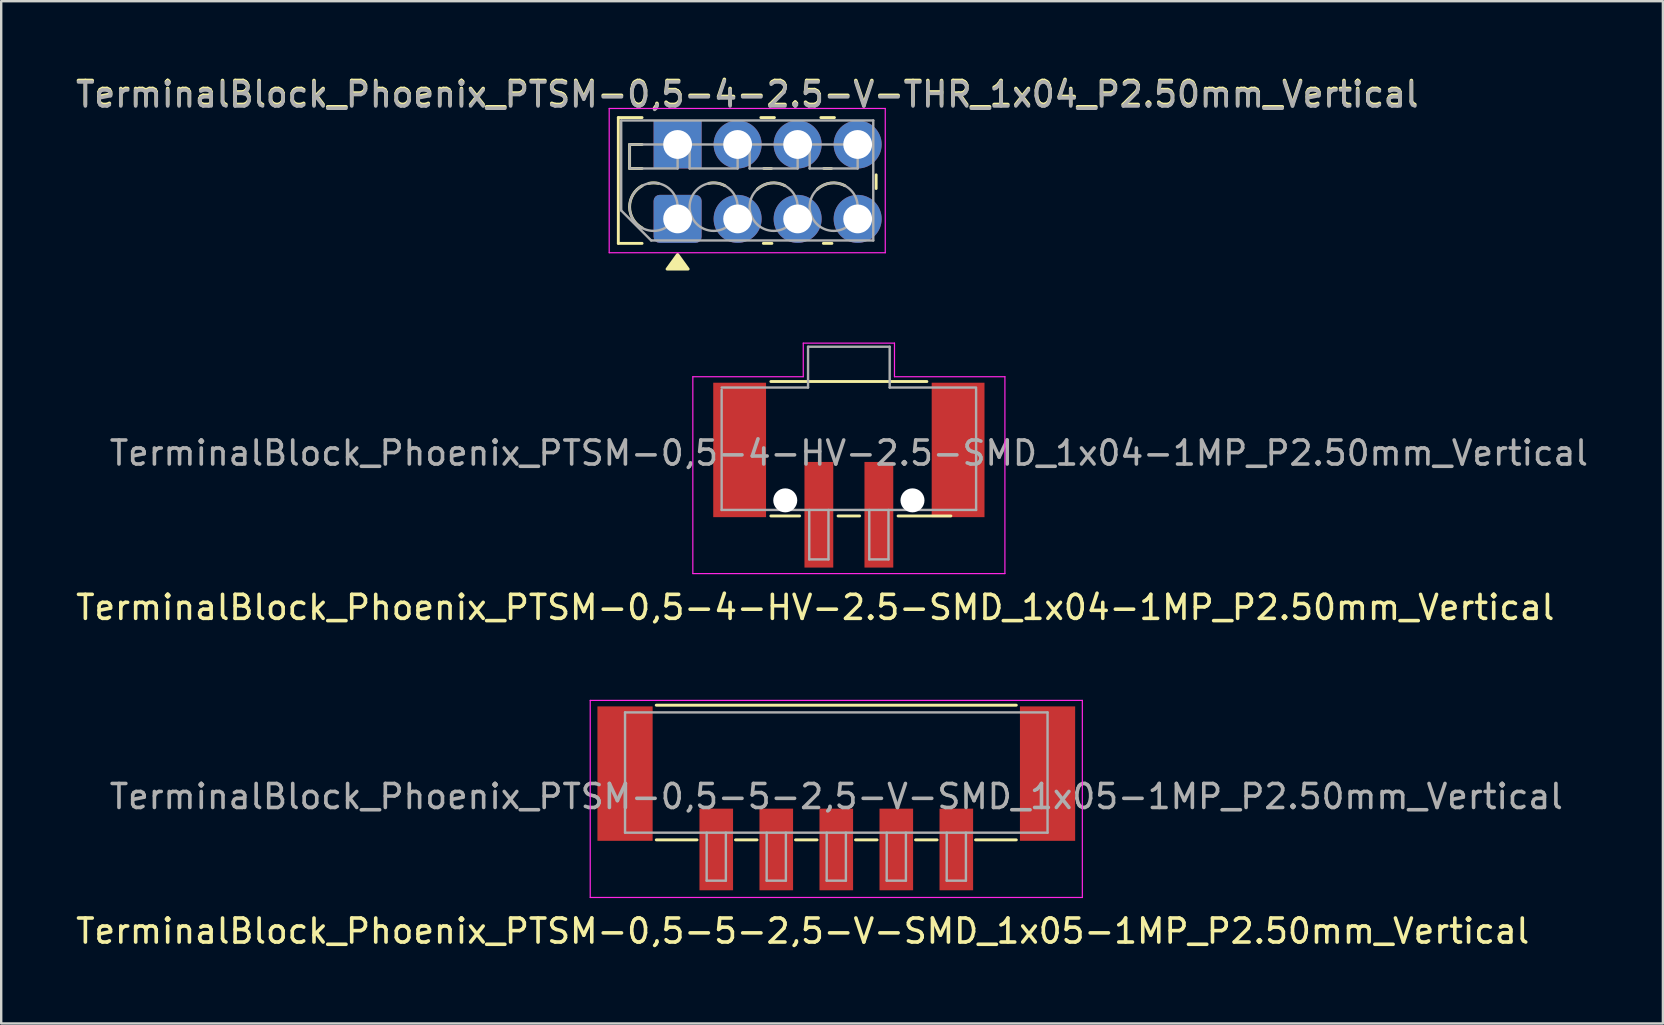
<source format=kicad_pcb>
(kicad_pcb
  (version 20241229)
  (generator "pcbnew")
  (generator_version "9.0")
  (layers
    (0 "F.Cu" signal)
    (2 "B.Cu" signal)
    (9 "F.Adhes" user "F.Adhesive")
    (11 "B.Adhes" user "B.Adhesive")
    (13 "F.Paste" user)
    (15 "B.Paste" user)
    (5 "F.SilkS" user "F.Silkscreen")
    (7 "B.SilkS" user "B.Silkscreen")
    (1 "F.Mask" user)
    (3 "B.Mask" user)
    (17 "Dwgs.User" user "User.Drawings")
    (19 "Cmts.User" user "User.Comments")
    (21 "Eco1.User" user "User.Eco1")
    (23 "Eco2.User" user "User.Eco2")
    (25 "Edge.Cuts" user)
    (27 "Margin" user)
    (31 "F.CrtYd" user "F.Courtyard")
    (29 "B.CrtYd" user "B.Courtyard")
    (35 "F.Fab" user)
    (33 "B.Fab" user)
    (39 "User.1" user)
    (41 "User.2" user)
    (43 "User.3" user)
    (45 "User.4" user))
  (footprint "TerminalBlock_Phoenix_PTSM-0,5-4-2.5-V-THR_1x04_P2.50mm_Vertical"
    (layer "F.Cu")
    (at 25.177 6.068)
    (property "Reference" "TerminalBlock_Phoenix_PTSM-0,5-4-2.5-V-THR_1x04_P2.50mm_Vertical" (at 2.9 -5.22 0) (layer "F.SilkS") (effects (font (size 1 1) (thickness 0.15))))
    (attr through_hole)
    (fp_line (start -2.47 -4.22) (end -1.48 -4.22) (stroke (width 0.12) (type solid)) (layer "F.SilkS"))
    (fp_line (start -2.47 1.02) (end -2.47 -4.22) (stroke (width 0.12) (type solid)) (layer "F.SilkS"))
    (fp_line (start -2 -3.1) (end -1.48 -3.1) (stroke (width 0.12) (type solid)) (layer "F.SilkS"))
    (fp_line (start -2 -2.1) (end -2 -3.1) (stroke (width 0.12) (type solid)) (layer "F.SilkS"))
    (fp_line (start -1.48 -2.1) (end -2 -2.1) (stroke (width 0.12) (type solid)) (layer "F.SilkS"))
    (fp_line (start -1.48 1.02) (end -2.47 1.02) (stroke (width 0.12) (type solid)) (layer "F.SilkS"))
    (fp_line (start 3.467 -4.22) (end 4.033 -4.22) (stroke (width 0.12) (type solid)) (layer "F.SilkS"))
    (fp_line (start 3.909 -2.1) (end 3.591 -2.1) (stroke (width 0.12) (type solid)) (layer "F.SilkS"))
    (fp_line (start 3.928 1.02) (end 3.572 1.02) (stroke (width 0.12) (type solid)) (layer "F.SilkS"))
    (fp_line (start 5.967 -4.22) (end 6.533 -4.22) (stroke (width 0.12) (type solid)) (layer "F.SilkS"))
    (fp_line (start 6.409 -2.1) (end 6.091 -2.1) (stroke (width 0.12) (type solid)) (layer "F.SilkS"))
    (fp_line (start 6.428 1.02) (end 6.072 1.02) (stroke (width 0.12) (type solid)) (layer "F.SilkS"))
    (fp_line (start 8.27 -1.836) (end 8.27 -1.264) (stroke (width 0.12) (type solid)) (layer "F.SilkS"))
    (fp_arc (start -1.48 0.377) (mid -2 -0.5) (end -1.48 -1.377) (stroke (width 0.12) (type solid)) (layer "F.SilkS"))
    (fp_arc (start -1.199 -1.48) (mid -1 -1.5) (end -0.801 -1.48) (stroke (width 0.12) (type solid)) (layer "F.SilkS"))
    (fp_arc (start 1.301 -1.48) (mid 1.644617 -1.48991) (end 1.971 -1.382) (stroke (width 0.12) (type solid)) (layer "F.SilkS"))
    (fp_arc (start 3.319 -1.233) (mid 3.871134 -1.492017) (end 4.471 -1.382) (stroke (width 0.12) (type solid)) (layer "F.SilkS"))
    (fp_arc (start 5.819 -1.233) (mid 6.371134 -1.492017) (end 6.971 -1.382) (stroke (width 0.12) (type solid)) (layer "F.SilkS"))
    (fp_poly (pts (xy 0 1.48) (xy 0.44 2.09) (xy -0.44 2.09)) (stroke (width 0.12) (type solid)) (fill yes) (layer "F.SilkS"))
    (fp_line (start -2.85 -4.6) (end -2.85 1.41) (stroke (width 0.05) (type solid)) (layer "F.CrtYd"))
    (fp_line (start -2.85 1.41) (end 8.65 1.41) (stroke (width 0.05) (type solid)) (layer "F.CrtYd"))
    (fp_line (start 8.65 -4.6) (end -2.85 -4.6) (stroke (width 0.05) (type solid)) (layer "F.CrtYd"))
    (fp_line (start 8.65 1.41) (end 8.65 -4.6) (stroke (width 0.05) (type solid)) (layer "F.CrtYd"))
    (fp_line (start -2.35 -4.1) (end 8.15 -4.1) (stroke (width 0.1) (type solid)) (layer "F.Fab"))
    (fp_line (start -2.35 -0.35) (end -2.35 -4.1) (stroke (width 0.1) (type solid)) (layer "F.Fab"))
    (fp_line (start -2 -3.1) (end -2 -2.1) (stroke (width 0.1) (type solid)) (layer "F.Fab"))
    (fp_line (start -2 -2.1) (end 0 -2.1) (stroke (width 0.1) (type solid)) (layer "F.Fab"))
    (fp_line (start -1.1 0.9) (end -2.35 -0.35) (stroke (width 0.1) (type solid)) (layer "F.Fab"))
    (fp_line (start 0 -3.1) (end -2 -3.1) (stroke (width 0.1) (type solid)) (layer "F.Fab"))
    (fp_line (start 0 -2.1) (end 0 -3.1) (stroke (width 0.1) (type solid)) (layer "F.Fab"))
    (fp_line (start 0.5 -3.1) (end 0.5 -2.1) (stroke (width 0.1) (type solid)) (layer "F.Fab"))
    (fp_line (start 0.5 -2.1) (end 2.5 -2.1) (stroke (width 0.1) (type solid)) (layer "F.Fab"))
    (fp_line (start 2.5 -3.1) (end 0.5 -3.1) (stroke (width 0.1) (type solid)) (layer "F.Fab"))
    (fp_line (start 2.5 -2.1) (end 2.5 -3.1) (stroke (width 0.1) (type solid)) (layer "F.Fab"))
    (fp_line (start 3 -3.1) (end 3 -2.1) (stroke (width 0.1) (type solid)) (layer "F.Fab"))
    (fp_line (start 3 -2.1) (end 5 -2.1) (stroke (width 0.1) (type solid)) (layer "F.Fab"))
    (fp_line (start 5 -3.1) (end 3 -3.1) (stroke (width 0.1) (type solid)) (layer "F.Fab"))
    (fp_line (start 5 -2.1) (end 5 -3.1) (stroke (width 0.1) (type solid)) (layer "F.Fab"))
    (fp_line (start 5.5 -3.1) (end 5.5 -2.1) (stroke (width 0.1) (type solid)) (layer "F.Fab"))
    (fp_line (start 5.5 -2.1) (end 7.5 -2.1) (stroke (width 0.1) (type solid)) (layer "F.Fab"))
    (fp_line (start 7.5 -3.1) (end 5.5 -3.1) (stroke (width 0.1) (type solid)) (layer "F.Fab"))
    (fp_line (start 7.5 -2.1) (end 7.5 -3.1) (stroke (width 0.1) (type solid)) (layer "F.Fab"))
    (fp_line (start 8.15 -4.1) (end 8.15 0.9) (stroke (width 0.1) (type solid)) (layer "F.Fab"))
    (fp_line (start 8.15 0.9) (end -1.1 0.9) (stroke (width 0.1) (type solid)) (layer "F.Fab"))
    (fp_circle (center -1 -0.5) (end 0 -0.5) (stroke (width 0.1) (type solid)) (fill no) (layer "F.Fab"))
    (fp_circle (center 1.5 -0.5) (end 2.5 -0.5) (stroke (width 0.1) (type solid)) (fill no) (layer "F.Fab"))
    (fp_circle (center 4 -0.5) (end 5 -0.5) (stroke (width 0.1) (type solid)) (fill no) (layer "F.Fab"))
    (fp_circle (center 6.5 -0.5) (end 7.5 -0.5) (stroke (width 0.1) (type solid)) (fill no) (layer "F.Fab"))
    (fp_text user "${REFERENCE}" (at 2.9 -5.16 0) (layer "F.Fab") (effects (font (size 1 1) (thickness 0.15))))
    (pad "1" thru_hole rect (at 0 -3.1) (size 2 2) (drill 1.2) (layers "*.Cu" "*.Mask"))
    (pad "1" thru_hole roundrect (at 0 0) (size 2 2) (drill 1.2) (layers "*.Cu" "*.Mask") (roundrect_rratio 0.125))
    (pad "2" thru_hole circle (at 2.5 -3.1) (size 2 2) (drill 1.2) (layers "*.Cu" "*.Mask"))
    (pad "2" thru_hole circle (at 2.5 0) (size 2 2) (drill 1.2) (layers "*.Cu" "*.Mask"))
    (pad "3" thru_hole circle (at 5 -3.1) (size 2 2) (drill 1.2) (layers "*.Cu" "*.Mask"))
    (pad "3" thru_hole circle (at 5 0) (size 2 2) (drill 1.2) (layers "*.Cu" "*.Mask"))
    (pad "4" thru_hole circle (at 7.5 -3.1) (size 2 2) (drill 1.2) (layers "*.Cu" "*.Mask"))
    (pad "4" thru_hole circle (at 7.5 0) (size 2 2) (drill 1.2) (layers "*.Cu" "*.Mask")))
  (footprint "TerminalBlock_Phoenix_PTSM-0,5-5-2,5-V-SMD_1x05-1MP_P2.50mm_Vertical"
    (layer "F.Cu")
    (at 31.787 30.206)
    (property "Reference" "TerminalBlock_Phoenix_PTSM-0,5-5-2,5-V-SMD_1x05-1MP_P2.50mm_Vertical" (at -1.4 5.53 0) (layer "F.SilkS") (effects (font (size 1 1) (thickness 0.15))))
    (attr smd)
    (fp_line (start -7.5 -3.88) (end 7.5 -3.88) (stroke (width 0.12) (type solid)) (layer "F.SilkS"))
    (fp_line (start -5.8 1.73) (end -7.5 1.73) (stroke (width 0.12) (type solid)) (layer "F.SilkS"))
    (fp_line (start -3.3 1.73) (end -4.2 1.73) (stroke (width 0.12) (type solid)) (layer "F.SilkS"))
    (fp_line (start -0.8 1.73) (end -1.7 1.73) (stroke (width 0.12) (type solid)) (layer "F.SilkS"))
    (fp_line (start 1.7 1.73) (end 0.8 1.73) (stroke (width 0.12) (type solid)) (layer "F.SilkS"))
    (fp_line (start 4.2 1.73) (end 3.3 1.73) (stroke (width 0.12) (type solid)) (layer "F.SilkS"))
    (fp_line (start 7.5 1.73) (end 5.8 1.73) (stroke (width 0.12) (type solid)) (layer "F.SilkS"))
    (fp_line (start -10.25 -4.08) (end 10.25 -4.08) (stroke (width 0.05) (type solid)) (layer "F.CrtYd"))
    (fp_line (start -10.25 4.13) (end -10.25 -4.08) (stroke (width 0.05) (type solid)) (layer "F.CrtYd"))
    (fp_line (start 10.25 -4.08) (end 10.25 4.13) (stroke (width 0.05) (type solid)) (layer "F.CrtYd"))
    (fp_line (start 10.25 4.13) (end -10.25 4.13) (stroke (width 0.05) (type solid)) (layer "F.CrtYd"))
    (fp_line (start -8.8 -3.58) (end 8.8 -3.58) (stroke (width 0.1) (type solid)) (layer "F.Fab"))
    (fp_line (start -8.8 1.43) (end -8.8 -3.58) (stroke (width 0.1) (type solid)) (layer "F.Fab"))
    (fp_line (start -5.4 1.43) (end -5.4 3.43) (stroke (width 0.1) (type solid)) (layer "F.Fab"))
    (fp_line (start -5.4 3.43) (end -4.6 3.43) (stroke (width 0.1) (type solid)) (layer "F.Fab"))
    (fp_line (start -4.6 1.43) (end -4.6 3.43) (stroke (width 0.1) (type solid)) (layer "F.Fab"))
    (fp_line (start -2.9 1.43) (end -2.9 3.43) (stroke (width 0.1) (type solid)) (layer "F.Fab"))
    (fp_line (start -2.9 3.43) (end -2.1 3.43) (stroke (width 0.1) (type solid)) (layer "F.Fab"))
    (fp_line (start -2.1 1.43) (end -2.1 3.43) (stroke (width 0.1) (type solid)) (layer "F.Fab"))
    (fp_line (start -0.4 1.43) (end -0.4 3.43) (stroke (width 0.1) (type solid)) (layer "F.Fab"))
    (fp_line (start -0.4 3.43) (end 0.4 3.43) (stroke (width 0.1) (type solid)) (layer "F.Fab"))
    (fp_line (start 0.4 1.43) (end 0.4 3.43) (stroke (width 0.1) (type solid)) (layer "F.Fab"))
    (fp_line (start 2.1 1.43) (end 2.1 3.43) (stroke (width 0.1) (type solid)) (layer "F.Fab"))
    (fp_line (start 2.1 3.43) (end 2.9 3.43) (stroke (width 0.1) (type solid)) (layer "F.Fab"))
    (fp_line (start 2.9 1.43) (end 2.9 3.43) (stroke (width 0.1) (type solid)) (layer "F.Fab"))
    (fp_line (start 4.6 1.43) (end 4.6 3.43) (stroke (width 0.1) (type solid)) (layer "F.Fab"))
    (fp_line (start 4.6 3.43) (end 5.4 3.43) (stroke (width 0.1) (type solid)) (layer "F.Fab"))
    (fp_line (start 5.4 1.43) (end 5.4 3.43) (stroke (width 0.1) (type solid)) (layer "F.Fab"))
    (fp_line (start 8.8 1.43) (end -8.8 1.43) (stroke (width 0.1) (type solid)) (layer "F.Fab"))
    (fp_line (start 8.8 1.43) (end 8.8 -3.58) (stroke (width 0.1) (type solid)) (layer "F.Fab"))
    (fp_text user "${REFERENCE}" (at 0 -0.075 0) (layer "F.Fab") (effects (font (size 1 1) (thickness 0.15))))
    (pad "1" smd rect (at -5 2.13 180) (size 1.4 3.4) (layers "F.Cu" "F.Mask" "F.Paste"))
    (pad "2" smd rect (at -2.5 2.13 180) (size 1.4 3.4) (layers "F.Cu" "F.Mask" "F.Paste"))
    (pad "3" smd rect (at 0 2.13 180) (size 1.4 3.4) (layers "F.Cu" "F.Mask" "F.Paste"))
    (pad "4" smd rect (at 2.5 2.13 180) (size 1.4 3.4) (layers "F.Cu" "F.Mask" "F.Paste"))
    (pad "5" smd rect (at 5 2.13 180) (size 1.4 3.4) (layers "F.Cu" "F.Mask" "F.Paste"))
    (pad "MP" smd rect (at -8.8 -1.03 180) (size 2.3 5.6) (layers "F.Cu" "F.Mask" "F.Paste"))
    (pad "MP" smd rect (at 8.8 -1.03 180) (size 2.3 5.6) (layers "F.Cu" "F.Mask" "F.Paste")))
  (footprint "TerminalBlock_Phoenix_PTSM-0,5-4-HV-2.5-SMD_1x04-1MP_P2.50mm_Vertical"
    (layer "F.Cu")
    (at 32.311 16.743)
    (property "Reference" "TerminalBlock_Phoenix_PTSM-0,5-4-HV-2.5-SMD_1x04-1MP_P2.50mm_Vertical" (at -1.4 5.51 0) (layer "F.SilkS") (effects (font (size 1 1) (thickness 0.15))))
    (attr smd)
    (fp_line (start -3.25 -3.9) (end 3.25 -3.9) (stroke (width 0.12) (type solid)) (layer "F.SilkS"))
    (fp_line (start -2.05 1.7) (end -3.25 1.7) (stroke (width 0.12) (type solid)) (layer "F.SilkS"))
    (fp_line (start 0.45 1.7) (end -0.45 1.7) (stroke (width 0.12) (type solid)) (layer "F.SilkS"))
    (fp_line (start 4.25 1.7) (end 2.05 1.7) (stroke (width 0.12) (type solid)) (layer "F.SilkS"))
    (fp_line (start -6.5 -4.1) (end -1.9 -4.1) (stroke (width 0.05) (type solid)) (layer "F.CrtYd"))
    (fp_line (start -6.5 4.1) (end -6.5 -4.1) (stroke (width 0.05) (type solid)) (layer "F.CrtYd"))
    (fp_line (start -1.9 -5.5) (end 1.9 -5.5) (stroke (width 0.05) (type solid)) (layer "F.CrtYd"))
    (fp_line (start -1.9 -4.1) (end -1.9 -5.5) (stroke (width 0.05) (type solid)) (layer "F.CrtYd"))
    (fp_line (start 1.9 -4.1) (end 1.9 -5.5) (stroke (width 0.05) (type solid)) (layer "F.CrtYd"))
    (fp_line (start 6.5 -4.1) (end 1.9 -4.1) (stroke (width 0.05) (type solid)) (layer "F.CrtYd"))
    (fp_line (start 6.5 -4.1) (end 6.5 4.1) (stroke (width 0.05) (type solid)) (layer "F.CrtYd"))
    (fp_line (start 6.5 4.1) (end -6.5 4.1) (stroke (width 0.05) (type solid)) (layer "F.CrtYd"))
    (fp_line (start -5.3 -3.65) (end -1.7 -3.65) (stroke (width 0.1) (type solid)) (layer "F.Fab"))
    (fp_line (start -5.3 1.45) (end -5.3 -3.55) (stroke (width 0.1) (type solid)) (layer "F.Fab"))
    (fp_line (start -1.7 -5.35) (end 1.7 -5.35) (stroke (width 0.1) (type solid)) (layer "F.Fab"))
    (fp_line (start -1.7 -3.65) (end -1.7 -5.35) (stroke (width 0.1) (type solid)) (layer "F.Fab"))
    (fp_line (start -1.65 1.45) (end -1.65 3.51) (stroke (width 0.1) (type solid)) (layer "F.Fab"))
    (fp_line (start -1.65 3.51) (end -0.85 3.51) (stroke (width 0.1) (type solid)) (layer "F.Fab"))
    (fp_line (start -0.85 1.45) (end -0.85 3.51) (stroke (width 0.1) (type solid)) (layer "F.Fab"))
    (fp_line (start 0.85 1.45) (end 0.85 3.51) (stroke (width 0.1) (type solid)) (layer "F.Fab"))
    (fp_line (start 0.85 3.51) (end 1.65 3.51) (stroke (width 0.1) (type solid)) (layer "F.Fab"))
    (fp_line (start 1.65 1.45) (end 1.65 3.51) (stroke (width 0.1) (type solid)) (layer "F.Fab"))
    (fp_line (start 1.7 -5.35) (end 1.7 -3.65) (stroke (width 0.1) (type solid)) (layer "F.Fab"))
    (fp_line (start 1.7 -3.65) (end 5.3 -3.65) (stroke (width 0.1) (type solid)) (layer "F.Fab"))
    (fp_line (start 5.3 1.45) (end -5.3 1.45) (stroke (width 0.1) (type solid)) (layer "F.Fab"))
    (fp_line (start 5.3 1.45) (end 5.3 -3.6) (stroke (width 0.1) (type solid)) (layer "F.Fab"))
    (fp_text user "${REFERENCE}" (at 0 -0.92 0) (layer "F.Fab") (effects (font (size 1 1) (thickness 0.15))))
    (pad "" np_thru_hole circle (at -2.65 1.05) (size 1 1) (drill 1) (layers "*.Cu" "*.Mask"))
    (pad "" np_thru_hole circle (at 2.65 1.05) (size 1 1) (drill 1) (layers "*.Cu" "*.Mask"))
    (pad "1" smd rect (at -1.25 1.65 180) (size 1.2 4.4) (layers "F.Cu" "F.Mask" "F.Paste"))
    (pad "2" smd rect (at 1.25 1.65 180) (size 1.2 4.4) (layers "F.Cu" "F.Mask" "F.Paste"))
    (pad "MP" smd rect (at -4.55 -1.05 180) (size 2.2 5.6) (layers "F.Cu" "F.Mask" "F.Paste"))
    (pad "MP" smd rect (at 4.55 -1.05 180) (size 2.2 5.6) (layers "F.Cu" "F.Mask" "F.Paste")))
  (gr_rect
    (start -3 -3)
    (end 66.221 39.585)
    (stroke (width 0.1) (type default))
    (fill no)
    (layer "Edge.Cuts")))
</source>
